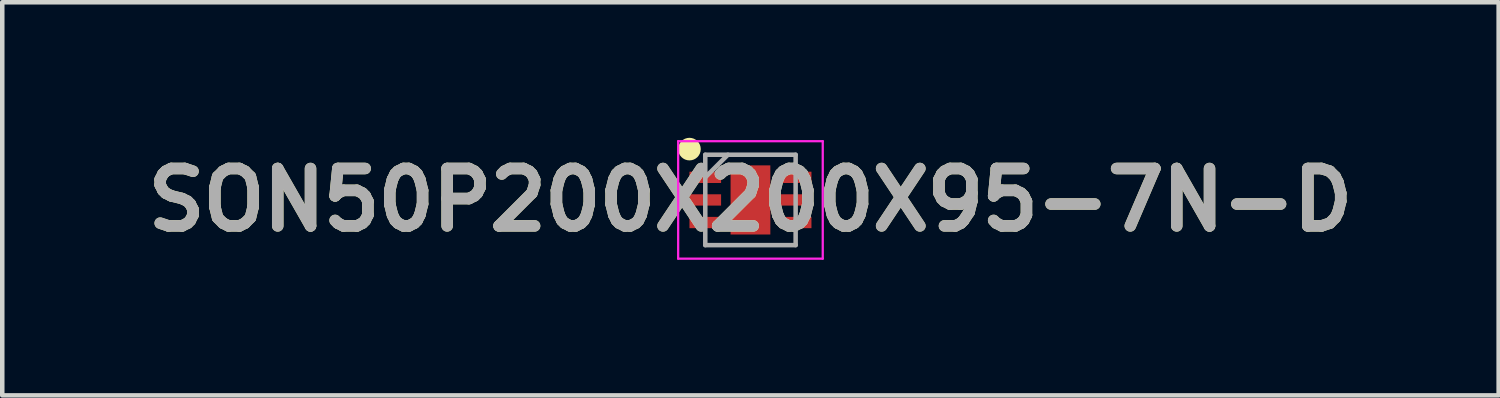
<source format=kicad_pcb>
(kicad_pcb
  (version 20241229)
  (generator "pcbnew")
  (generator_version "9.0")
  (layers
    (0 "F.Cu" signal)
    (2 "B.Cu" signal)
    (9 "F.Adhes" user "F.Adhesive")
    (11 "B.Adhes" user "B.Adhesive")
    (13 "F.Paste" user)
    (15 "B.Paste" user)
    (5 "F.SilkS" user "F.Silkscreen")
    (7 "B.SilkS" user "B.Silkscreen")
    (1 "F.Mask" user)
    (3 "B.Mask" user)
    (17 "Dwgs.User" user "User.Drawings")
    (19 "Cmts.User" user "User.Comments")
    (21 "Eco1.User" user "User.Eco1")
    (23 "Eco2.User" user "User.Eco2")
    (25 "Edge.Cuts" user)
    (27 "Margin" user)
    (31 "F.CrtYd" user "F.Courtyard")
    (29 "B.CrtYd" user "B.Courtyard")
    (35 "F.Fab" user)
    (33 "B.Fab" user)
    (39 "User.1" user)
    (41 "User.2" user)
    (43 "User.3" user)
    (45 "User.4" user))
  (footprint "SON50P200X200X95-7N-D"
    (layer "F.Cu")
    (at 13.559 1.375)
    (property "Reference" "SON50P200X200X95-7N-D" (at 0 0 0) (layer "F.SilkS") (effects (font (size 1.27 1.27) (thickness 0.254))))
    (attr smd)
    (fp_circle (center -1.35 -1.125) (end -1.35 -1) (stroke (width 0.25) (type solid)) (fill no) (layer "F.SilkS"))
    (fp_line (start -1.6 -1.3) (end 1.6 -1.3) (stroke (width 0.05) (type solid)) (layer "F.CrtYd"))
    (fp_line (start -1.6 1.3) (end -1.6 -1.3) (stroke (width 0.05) (type solid)) (layer "F.CrtYd"))
    (fp_line (start 1.6 -1.3) (end 1.6 1.3) (stroke (width 0.05) (type solid)) (layer "F.CrtYd"))
    (fp_line (start 1.6 1.3) (end -1.6 1.3) (stroke (width 0.05) (type solid)) (layer "F.CrtYd"))
    (fp_line (start -1 -1) (end 1 -1) (stroke (width 0.1) (type solid)) (layer "F.Fab"))
    (fp_line (start -1 -0.5) (end -0.5 -1) (stroke (width 0.1) (type solid)) (layer "F.Fab"))
    (fp_line (start -1 1) (end -1 -1) (stroke (width 0.1) (type solid)) (layer "F.Fab"))
    (fp_line (start 1 -1) (end 1 1) (stroke (width 0.1) (type solid)) (layer "F.Fab"))
    (fp_line (start 1 1) (end -1 1) (stroke (width 0.1) (type solid)) (layer "F.Fab"))
    (fp_text user "${REFERENCE}" (at 0 0 0) (layer "F.Fab") (effects (font (size 1.27 1.27) (thickness 0.254))))
    (pad "1" smd rect (at -1 -0.5 90) (size 0.25 0.7) (layers "F.Cu" "F.Mask" "F.Paste"))
    (pad "2" smd rect (at -1 0 90) (size 0.25 0.7) (layers "F.Cu" "F.Mask" "F.Paste"))
    (pad "3" smd rect (at -1 0.5 90) (size 0.25 0.7) (layers "F.Cu" "F.Mask" "F.Paste"))
    (pad "4" smd rect (at 1 0.5 90) (size 0.25 0.7) (layers "F.Cu" "F.Mask" "F.Paste"))
    (pad "5" smd rect (at 1 0 90) (size 0.25 0.7) (layers "F.Cu" "F.Mask" "F.Paste"))
    (pad "6" smd rect (at 1 -0.5 90) (size 0.25 0.7) (layers "F.Cu" "F.Mask" "F.Paste"))
    (pad "7" smd rect (at 0 0) (size 0.88 1.53) (layers "F.Cu" "F.Mask" "F.Paste")))
  (gr_rect
    (start -3 -3)
    (end 30.118 5.7)
    (stroke (width 0.1) (type default))
    (fill no)
    (layer "Edge.Cuts")))
</source>
